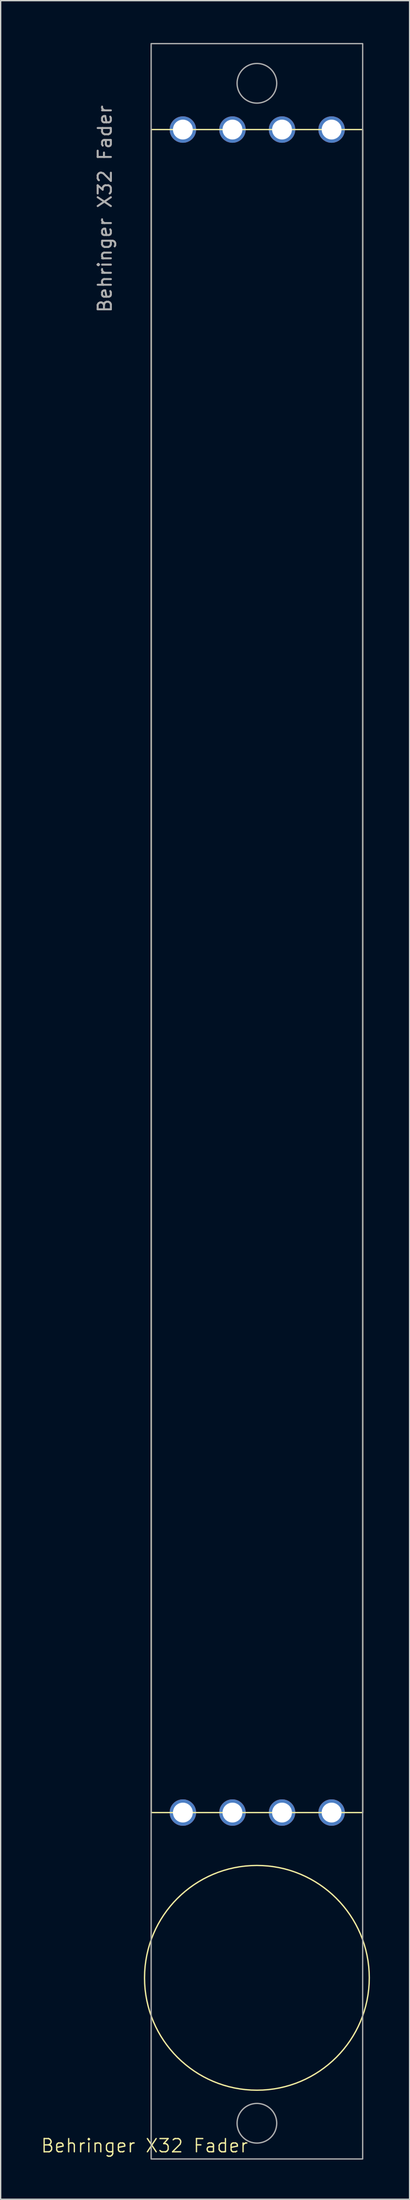
<source format=kicad_pcb>
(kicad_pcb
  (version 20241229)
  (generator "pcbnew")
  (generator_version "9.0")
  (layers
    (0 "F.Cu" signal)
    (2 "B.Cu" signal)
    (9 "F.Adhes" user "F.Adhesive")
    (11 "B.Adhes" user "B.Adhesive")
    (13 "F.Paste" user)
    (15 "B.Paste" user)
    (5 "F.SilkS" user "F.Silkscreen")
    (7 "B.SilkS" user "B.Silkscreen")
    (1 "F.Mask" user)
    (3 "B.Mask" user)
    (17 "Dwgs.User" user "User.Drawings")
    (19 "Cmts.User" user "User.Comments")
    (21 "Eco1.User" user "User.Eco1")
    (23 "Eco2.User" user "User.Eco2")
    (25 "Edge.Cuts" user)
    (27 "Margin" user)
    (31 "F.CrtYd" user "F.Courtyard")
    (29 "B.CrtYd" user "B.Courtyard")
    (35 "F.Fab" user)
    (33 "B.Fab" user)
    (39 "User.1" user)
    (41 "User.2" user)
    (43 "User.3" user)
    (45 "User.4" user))
  (footprint "Behringer X32 Fader"
    (layer "F.Cu")
    (at 8.383 0.25)
    (property "Reference" "Behringer X32 Fader" (at -0.5 159 0) (unlocked yes) (layer "F.SilkS") (effects (font (size 1 1) (thickness 0.1))))
    (attr smd)
    (fp_rect (start 0 6.5) (end 16 133.8) (stroke (width 0.1) (type solid)) (fill no) (layer "F.SilkS"))
    (fp_circle (center 8 146.3) (end 16.5 146.3) (stroke (width 0.1) (type solid)) (fill no) (layer "F.SilkS"))
    (fp_rect (start 0 0) (end 16 160) (stroke (width 0.1) (type default)) (fill no) (layer "F.Fab"))
    (fp_circle (center 8 3) (end 9.5 3) (stroke (width 0.1) (type solid)) (fill no) (layer "F.Fab"))
    (fp_circle (center 8 157.3) (end 9.5 157.3) (stroke (width 0.1) (type solid)) (fill no) (layer "F.Fab"))
    (fp_text user "${REFERENCE}" (at -3.5 12.5 90) (unlocked yes) (layer "F.Fab") (effects (font (size 1 1) (thickness 0.15))))
    (pad "" np_thru_hole circle (at 9.9 6.5) (size 2 2) (drill 1.5) (layers "*.Cu" "*.Mask"))
    (pad "" np_thru_hole circle (at 9.9 133.8) (size 2 2) (drill 1.5) (layers "*.Cu" "*.Mask"))
    (pad "" np_thru_hole circle (at 13.65 6.5) (size 2 2) (drill 1.5) (layers "*.Cu" "*.Mask"))
    (pad "" np_thru_hole circle (at 13.65 133.8) (size 2 2) (drill 1.5) (layers "*.Cu" "*.Mask"))
    (pad "1" thru_hole circle (at 6.15 6.5) (size 2 2) (drill 1.5) (layers "*.Cu" "*.Mask"))
    (pad "2" thru_hole circle (at 2.4 6.5) (size 2 2) (drill 1.5) (layers "*.Cu" "*.Mask"))
    (pad "3" thru_hole circle (at 6.15 133.8) (size 2 2) (drill 1.5) (layers "*.Cu" "*.Mask"))
    (pad "4" thru_hole circle (at 2.4 133.8) (size 2 2) (drill 1.5) (layers "*.Cu" "*.Mask")))
  (gr_rect
    (start -3 -3)
    (end 27.933 163.3)
    (stroke (width 0.1) (type default))
    (fill no)
    (layer "Edge.Cuts")))
</source>
